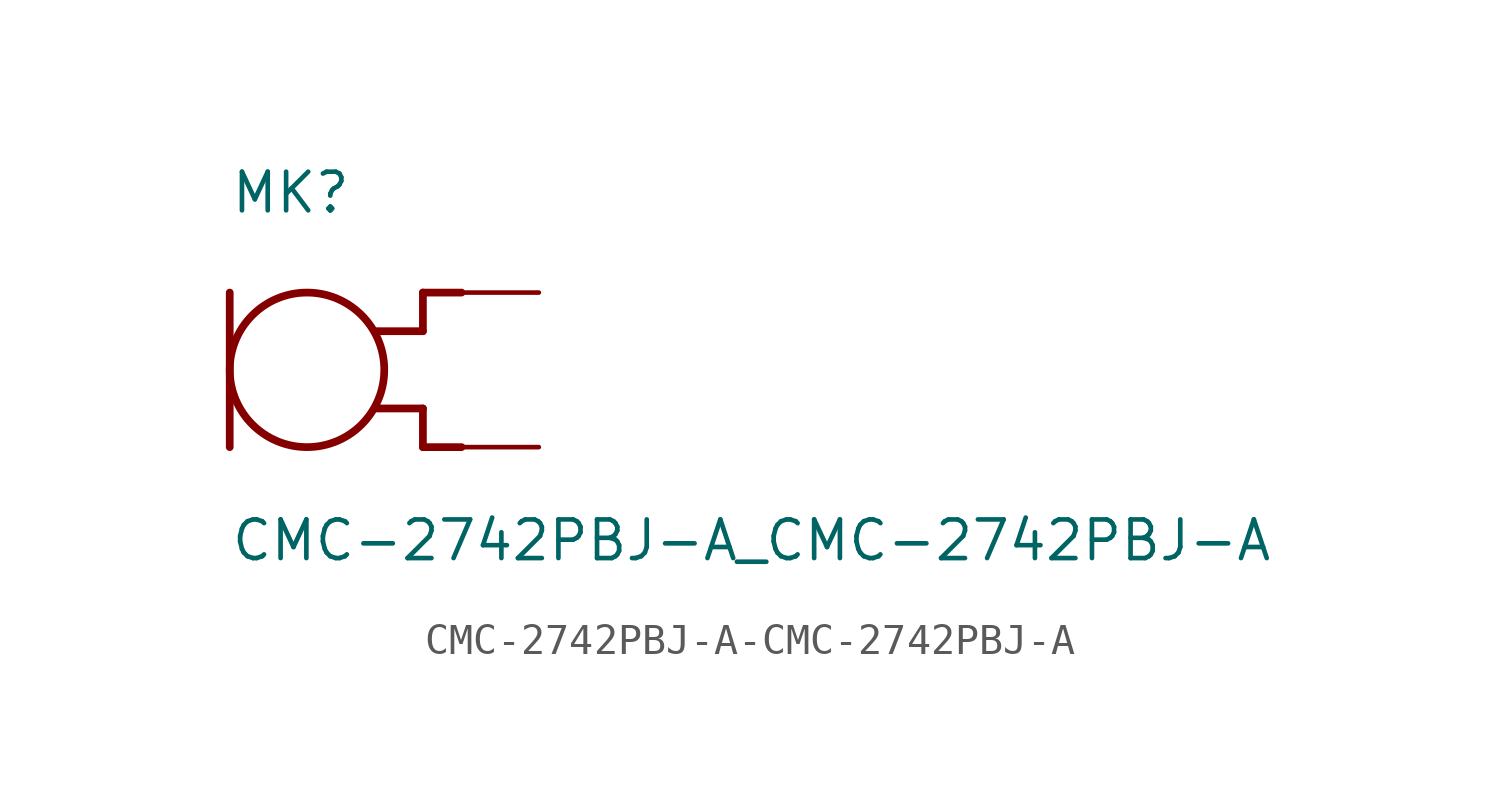
<source format=kicad_sym>
(kicad_symbol_lib
  (version 20241209)
  (generator "kicad_symbol_editor")
  (generator_version "9.0")
  (symbol "CMC-2742PBJ-A-CMC-2742PBJ-A"
    (pin_numbers
      (hide yes))
    (pin_names
      (offset 1.016)
      (hide yes))
    (property "Reference" "MK"
      (at -2.54 5.08 0)
      (effects (font (size 1.27 1.27)) (justify left bottom)))
    (property "Value" "CMC-2742PBJ-A_CMC-2742PBJ-A"
      (at -2.54 -6.35 0)
      (effects (font (size 1.27 1.27)) (justify left bottom)))
    (property "ki_locked" ""
      (at 0 0 0)
      (effects (font (size 1.27 1.27))))
    (symbol "CMC-2742PBJ-A-CMC-2742PBJ-A_0_0"
      (polyline (pts (xy -2.54 2.54) (xy -2.54 -2.54)) (stroke (width 0.254) (type solid)) (fill (type none)))
      (circle (center 0 0) (radius 2.54) (stroke (width 0.254) (type solid)) (fill (type none)))
      (polyline (pts (xy 3.81 2.54) (xy 3.81 1.27)) (stroke (width 0.254) (type solid)) (fill (type none)))
      (polyline (pts (xy 3.81 1.27) (xy 2.235 1.27)) (stroke (width 0.254) (type solid)) (fill (type none)))
      (polyline (pts (xy 3.81 -1.27) (xy 2.235 -1.27)) (stroke (width 0.254) (type solid)) (fill (type none)))
      (polyline (pts (xy 3.81 -2.54) (xy 3.81 -1.27)) (stroke (width 0.254) (type solid)) (fill (type none)))
      (polyline (pts (xy 5.08 2.54) (xy 3.81 2.54)) (stroke (width 0.254) (type solid)) (fill (type none)))
      (polyline (pts (xy 5.08 -2.54) (xy 3.81 -2.54)) (stroke (width 0.254) (type solid)) (fill (type none)))
      (pin output line (at 7.62 2.54 180) (length 2.54) (name "OUT" (effects (font (size 1.016 1.016)))) (number "OUT" (effects (font (size 1.016 1.016)))))
      (pin power_in line (at 7.62 -2.54 180) (length 2.54) (name "GND" (effects (font (size 1.016 1.016)))) (number "GND" (effects (font (size 1.016 1.016))))))))
</source>
